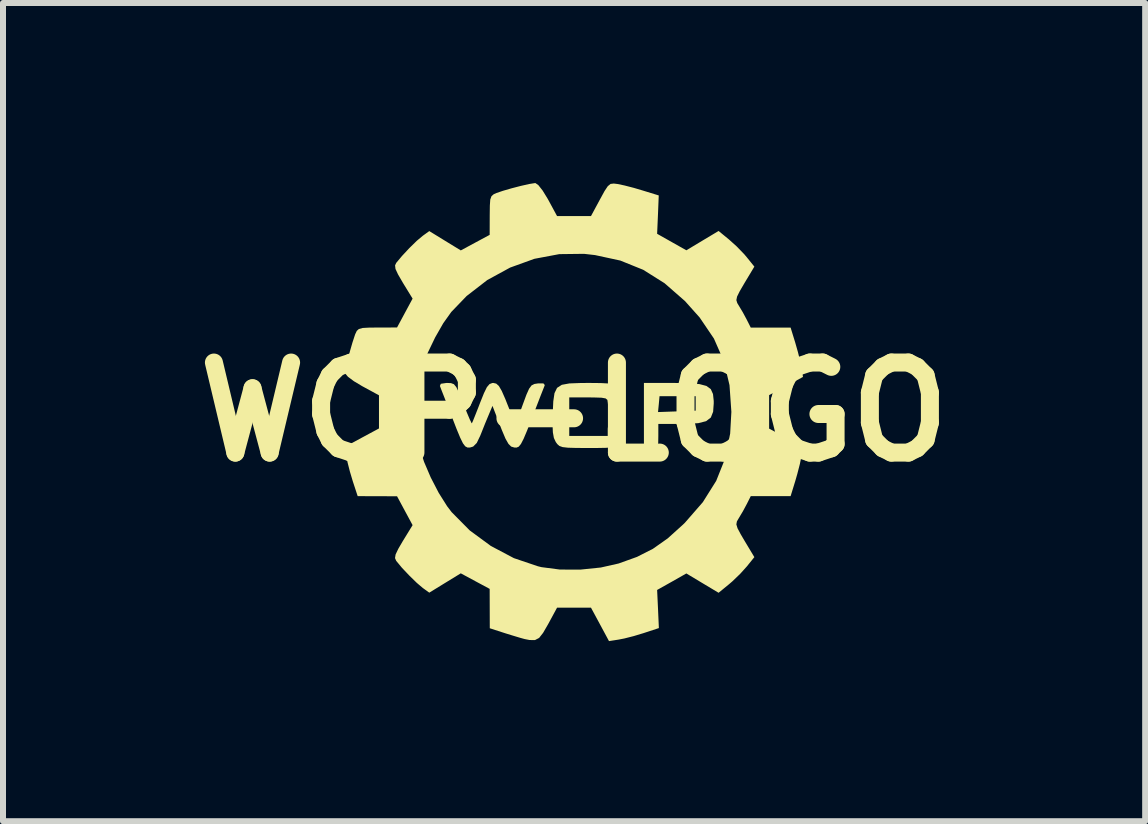
<source format=kicad_pcb>
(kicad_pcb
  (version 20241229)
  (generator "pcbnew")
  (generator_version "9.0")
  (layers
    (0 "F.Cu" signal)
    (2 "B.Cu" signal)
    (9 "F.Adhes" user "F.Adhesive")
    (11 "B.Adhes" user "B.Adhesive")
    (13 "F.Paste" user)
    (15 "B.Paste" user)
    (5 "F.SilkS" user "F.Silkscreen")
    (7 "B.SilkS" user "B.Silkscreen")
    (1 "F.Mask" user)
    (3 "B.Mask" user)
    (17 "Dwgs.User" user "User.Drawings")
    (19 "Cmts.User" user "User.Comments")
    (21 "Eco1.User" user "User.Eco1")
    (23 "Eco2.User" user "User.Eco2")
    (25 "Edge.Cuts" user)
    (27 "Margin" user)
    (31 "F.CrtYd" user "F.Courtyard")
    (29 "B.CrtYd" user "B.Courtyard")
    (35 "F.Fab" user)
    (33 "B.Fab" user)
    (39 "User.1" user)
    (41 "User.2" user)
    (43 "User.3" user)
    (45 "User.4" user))
  (footprint "WCP-LOGO"
    (layer "F.Cu")
    (at 6.514 3.812)
    (property "Reference" "WCP-LOGO" (at 0 0 0) (layer "F.SilkS") (effects (font (size 1.5 1.5) (thickness 0.3))))
    (attr board_only exclude_from_pos_files exclude_from_bom)
    (fp_poly (pts (xy 1.911 -0.478) (xy 2.088 -0.463) (xy 2.206 -0.432) (xy 2.278 -0.379) (xy 2.315 -0.297) (xy 2.327 -0.182) (xy 2.327 -0.14) (xy 2.317 -0.002) (xy 2.279 0.094) (xy 2.2 0.155) (xy 2.07 0.188) (xy 1.876 0.2) (xy 1.786 0.201) (xy 1.404 0.201) (xy 1.404 0.401) (xy 1.402 0.52) (xy 1.386 0.579) (xy 1.343 0.6) (xy 1.284 0.602) (xy 1.164 0.602) (xy 1.164 0.06) (xy 1.164 0.003) (xy 1.399 0.003) (xy 1.713 -0.008) (xy 2.026 -0.02) (xy 2.026 -0.14) (xy 2.026 -0.261) (xy 1.725 -0.261) (xy 1.424 -0.261) (xy 1.412 -0.129) (xy 1.399 0.003) (xy 1.164 0.003) (xy 1.164 -0.482) (xy 1.665 -0.482)) (stroke (width 0) (type solid)) (fill yes) (layer "F.SilkS"))
    (fp_poly (pts (xy 0.445 -0.48) (xy 0.578 -0.473) (xy 0.665 -0.459) (xy 0.722 -0.434) (xy 0.765 -0.399) (xy 0.83 -0.284) (xy 0.835 -0.208) (xy 0.811 -0.13) (xy 0.748 -0.096) (xy 0.692 -0.088) (xy 0.601 -0.087) (xy 0.566 -0.119) (xy 0.562 -0.158) (xy 0.556 -0.199) (xy 0.526 -0.224) (xy 0.458 -0.236) (xy 0.334 -0.24) (xy 0.241 -0.241) (xy -0.08 -0.241) (xy -0.08 0.08) (xy -0.08 0.401) (xy 0.241 0.401) (xy 0.562 0.401) (xy 0.562 0.281) (xy 0.571 0.195) (xy 0.609 0.165) (xy 0.694 0.183) (xy 0.74 0.2) (xy 0.822 0.266) (xy 0.841 0.368) (xy 0.794 0.492) (xy 0.78 0.513) (xy 0.749 0.551) (xy 0.706 0.576) (xy 0.639 0.591) (xy 0.53 0.599) (xy 0.365 0.602) (xy 0.239 0.602) (xy 0.036 0.601) (xy -0.102 0.597) (xy -0.19 0.587) (xy -0.244 0.568) (xy -0.279 0.537) (xy -0.304 0.503) (xy -0.336 0.435) (xy -0.353 0.341) (xy -0.359 0.201) (xy -0.355 0.018) (xy -0.346 -0.176) (xy -0.326 -0.312) (xy -0.283 -0.4) (xy -0.204 -0.451) (xy -0.078 -0.474) (xy 0.109 -0.481) (xy 0.248 -0.482)) (stroke (width 0) (type solid)) (fill yes) (layer "F.SilkS"))
    (fp_poly (pts (xy -1.297 -0.471) (xy -1.253 -0.432) (xy -1.205 -0.35) (xy -1.144 -0.211) (xy -1.114 -0.135) (xy -0.975 0.212) (xy -0.853 -0.125) (xy -0.794 -0.285) (xy -0.749 -0.386) (xy -0.708 -0.441) (xy -0.66 -0.465) (xy -0.601 -0.474) (xy -0.512 -0.475) (xy -0.488 -0.448) (xy -0.492 -0.434) (xy -0.514 -0.378) (xy -0.559 -0.264) (xy -0.62 -0.106) (xy -0.692 0.08) (xy -0.705 0.112) (xy -0.783 0.313) (xy -0.841 0.45) (xy -0.885 0.535) (xy -0.922 0.58) (xy -0.959 0.595) (xy -0.995 0.594) (xy -1.048 0.578) (xy -1.093 0.533) (xy -1.142 0.447) (xy -1.203 0.303) (xy -1.227 0.241) (xy -1.359 -0.1) (xy -1.424 0.055) (xy -1.482 0.194) (xy -1.544 0.35) (xy -1.563 0.397) (xy -1.621 0.518) (xy -1.681 0.578) (xy -1.734 0.594) (xy -1.776 0.594) (xy -1.813 0.574) (xy -1.851 0.524) (xy -1.897 0.43) (xy -1.958 0.283) (xy -2.024 0.112) (xy -2.097 -0.076) (xy -2.16 -0.239) (xy -2.208 -0.361) (xy -2.233 -0.427) (xy -2.235 -0.431) (xy -2.22 -0.468) (xy -2.132 -0.481) (xy -2.117 -0.482) (xy -2.05 -0.479) (xy -2.002 -0.461) (xy -1.962 -0.413) (xy -1.918 -0.321) (xy -1.858 -0.172) (xy -1.846 -0.14) (xy -1.787 0.008) (xy -1.739 0.122) (xy -1.709 0.184) (xy -1.703 0.191) (xy -1.685 0.152) (xy -1.646 0.055) (xy -1.592 -0.082) (xy -1.566 -0.15) (xy -1.501 -0.312) (xy -1.452 -0.412) (xy -1.408 -0.463) (xy -1.362 -0.481) (xy -1.346 -0.482)) (stroke (width 0) (type solid)) (fill yes) (layer "F.SilkS"))
    (fp_poly (pts (xy -0.595 -3.778) (xy -0.524 -3.688) (xy -0.444 -3.558) (xy -0.432 -3.537) (xy -0.283 -3.262) (xy -0.001 -3.262) (xy 0.282 -3.262) (xy 0.432 -3.54) (xy 0.508 -3.679) (xy 0.562 -3.76) (xy 0.608 -3.798) (xy 0.663 -3.804) (xy 0.727 -3.796) (xy 0.841 -3.772) (xy 0.996 -3.732) (xy 1.141 -3.689) (xy 1.411 -3.606) (xy 1.398 -3.286) (xy 1.384 -2.967) (xy 1.628 -2.829) (xy 1.871 -2.692) (xy 2.139 -2.853) (xy 2.408 -3.014) (xy 2.58 -2.873) (xy 2.708 -2.758) (xy 2.834 -2.628) (xy 2.878 -2.576) (xy 3.004 -2.42) (xy 2.84 -2.147) (xy 2.76 -2.01) (xy 2.716 -1.921) (xy 2.704 -1.862) (xy 2.719 -1.813) (xy 2.745 -1.77) (xy 2.812 -1.658) (xy 2.878 -1.535) (xy 2.944 -1.404) (xy 3.276 -1.404) (xy 3.608 -1.404) (xy 3.685 -1.154) (xy 3.731 -0.992) (xy 3.77 -0.834) (xy 3.788 -0.742) (xy 3.814 -0.582) (xy 3.532 -0.431) (xy 3.25 -0.279) (xy 3.25 0) (xy 3.25 0.279) (xy 3.532 0.431) (xy 3.814 0.582) (xy 3.788 0.742) (xy 3.762 0.869) (xy 3.72 1.032) (xy 3.685 1.154) (xy 3.608 1.404) (xy 3.276 1.404) (xy 2.944 1.404) (xy 2.878 1.535) (xy 2.812 1.658) (xy 2.745 1.77) (xy 2.713 1.825) (xy 2.704 1.875) (xy 2.724 1.94) (xy 2.776 2.038) (xy 2.84 2.147) (xy 3.004 2.42) (xy 2.878 2.576) (xy 2.768 2.698) (xy 2.636 2.825) (xy 2.58 2.873) (xy 2.408 3.014) (xy 2.139 2.853) (xy 1.871 2.692) (xy 1.628 2.83) (xy 1.384 2.967) (xy 1.399 3.285) (xy 1.413 3.602) (xy 1.158 3.686) (xy 0.996 3.735) (xy 0.839 3.775) (xy 0.742 3.794) (xy 0.582 3.819) (xy 0.432 3.54) (xy 0.282 3.262) (xy -0.001 3.262) (xy -0.283 3.262) (xy -0.432 3.537) (xy -0.516 3.682) (xy -0.582 3.766) (xy -0.651 3.802) (xy -0.741 3.801) (xy -0.823 3.785) (xy -0.902 3.763) (xy -1.028 3.725) (xy -1.154 3.686) (xy -1.404 3.605) (xy -1.405 3.277) (xy -1.406 2.949) (xy -1.646 2.82) (xy -1.887 2.69) (xy -2.15 2.851) (xy -2.412 3.012) (xy -2.52 2.934) (xy -2.62 2.849) (xy -2.744 2.728) (xy -2.868 2.597) (xy -2.963 2.482) (xy -2.983 2.436) (xy -2.973 2.375) (xy -2.928 2.281) (xy -2.852 2.151) (xy -2.69 1.887) (xy -2.82 1.646) (xy -2.949 1.406) (xy -3.277 1.405) (xy -3.605 1.404) (xy -3.687 1.154) (xy -3.735 0.993) (xy -3.775 0.836) (xy -3.793 0.742) (xy -3.817 0.582) (xy -3.534 0.429) (xy -3.25 0.276) (xy -3.25 0.108) (xy -2.623 0.108) (xy -2.609 0.361) (xy -2.58 0.57) (xy -2.573 0.602) (xy -2.499 0.833) (xy -2.388 1.092) (xy -2.255 1.349) (xy -2.114 1.573) (xy -2.039 1.671) (xy -1.738 1.975) (xy -1.386 2.234) (xy -1.002 2.437) (xy -0.603 2.572) (xy -0.542 2.587) (xy -0.236 2.627) (xy 0.105 2.628) (xy 0.446 2.593) (xy 0.743 2.526) (xy 1.049 2.416) (xy 1.313 2.282) (xy 1.56 2.108) (xy 1.814 1.879) (xy 1.847 1.847) (xy 2.145 1.505) (xy 2.368 1.15) (xy 2.519 0.772) (xy 2.601 0.36) (xy 2.621 0) (xy 2.59 -0.445) (xy 2.494 -0.849) (xy 2.33 -1.222) (xy 2.092 -1.573) (xy 1.847 -1.847) (xy 1.507 -2.144) (xy 1.152 -2.367) (xy 0.771 -2.521) (xy 0.35 -2.612) (xy 0.166 -2.633) (xy -0.246 -2.628) (xy -0.661 -2.55) (xy -1.065 -2.404) (xy -1.446 -2.196) (xy -1.79 -1.93) (xy -2.045 -1.665) (xy -2.179 -1.477) (xy -2.315 -1.239) (xy -2.438 -0.983) (xy -2.534 -0.736) (xy -2.573 -0.602) (xy -2.605 -0.403) (xy -2.622 -0.157) (xy -2.623 0.108) (xy -3.25 0.108) (xy -3.25 0) (xy -3.25 -0.276) (xy -3.531 -0.429) (xy -3.668 -0.511) (xy -3.766 -0.584) (xy -3.811 -0.637) (xy -3.812 -0.644) (xy -3.801 -0.723) (xy -3.773 -0.853) (xy -3.735 -1.006) (xy -3.692 -1.155) (xy -3.653 -1.274) (xy -3.646 -1.294) (xy -3.62 -1.349) (xy -3.585 -1.381) (xy -3.521 -1.398) (xy -3.411 -1.404) (xy -3.275 -1.405) (xy -2.949 -1.406) (xy -2.82 -1.646) (xy -2.69 -1.887) (xy -2.852 -2.151) (xy -2.933 -2.291) (xy -2.975 -2.381) (xy -2.982 -2.441) (xy -2.963 -2.482) (xy -2.866 -2.598) (xy -2.743 -2.73) (xy -2.619 -2.851) (xy -2.52 -2.934) (xy -2.412 -3.012) (xy -2.15 -2.851) (xy -1.887 -2.69) (xy -1.646 -2.82) (xy -1.406 -2.949) (xy -1.405 -3.275) (xy -1.403 -3.437) (xy -1.396 -3.537) (xy -1.376 -3.593) (xy -1.34 -3.625) (xy -1.294 -3.646) (xy -1.185 -3.683) (xy -1.04 -3.725) (xy -0.886 -3.765) (xy -0.749 -3.796) (xy -0.656 -3.811) (xy -0.644 -3.812)) (stroke (width 0) (type solid)) (fill yes) (layer "F.SilkS")))
  (gr_rect
    (start -3 -3)
    (end 16.029 10.631)
    (stroke (width 0.1) (type default))
    (fill no)
    (layer "Edge.Cuts")))
</source>
